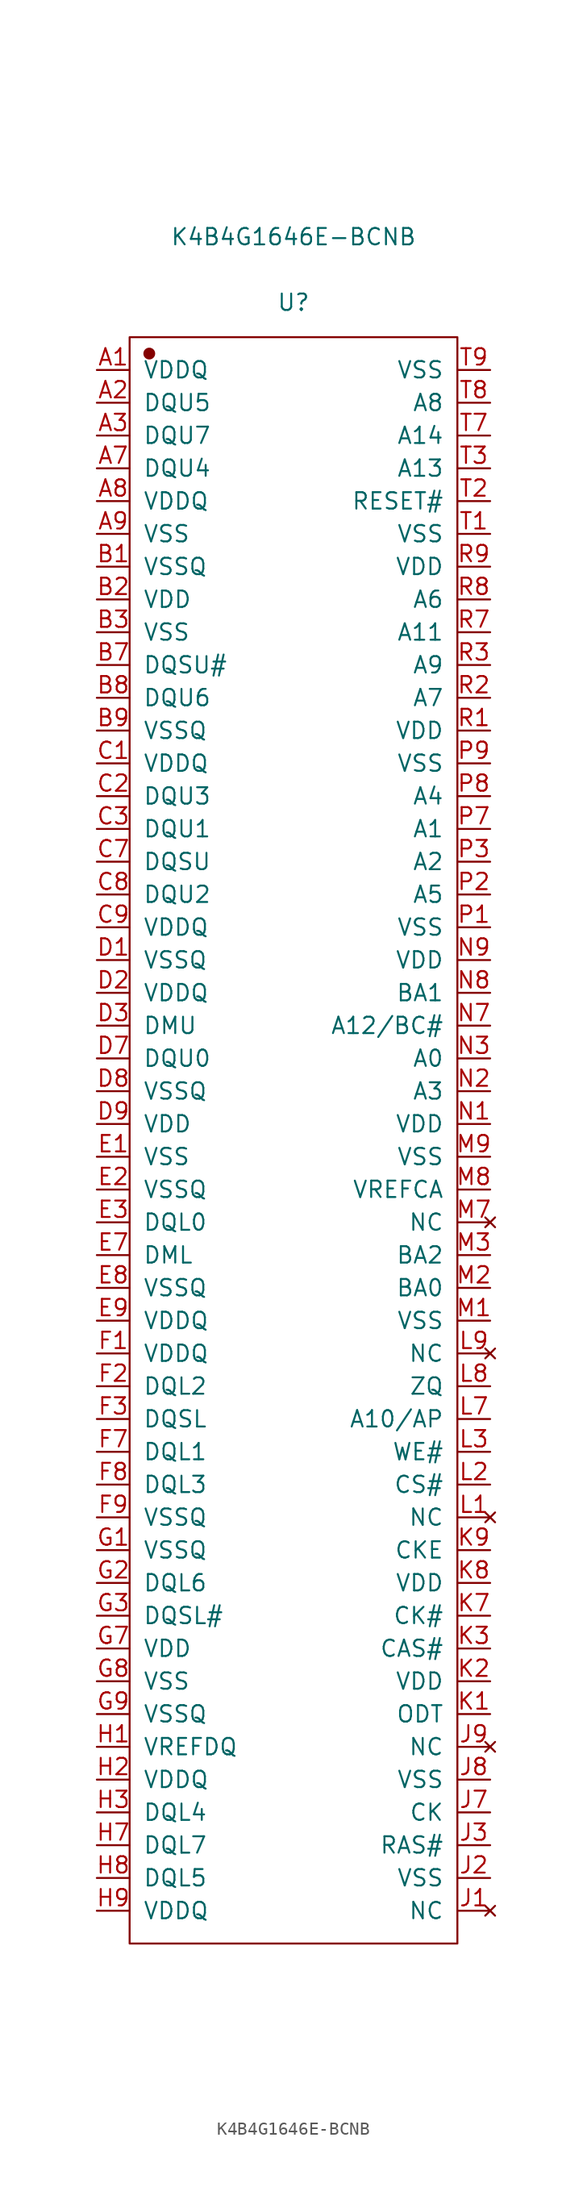
<source format=kicad_sym>
(kicad_symbol_lib
  (version 20231120)
  (generator "kicad_symbol_editor")
  (generator_version "8.0")
  (symbol "K4B4G1646E-BCNB"
    (pin_names
      (offset 1.016))
    (property "Reference" "U"
      (at 0 58.572 0)
      (effects (font (size 1.27 1.27))))
    (property "Value" "K4B4G1646E-BCNB"
      (at 0 63.652 0)
      (effects (font (size 1.27 1.27))))
    (symbol "K4B4G1646E-BCNB_1_1"
      (rectangle (start -12.7 55.88) (end 12.7 -68.58) (stroke (width 0.152) (type solid)) (fill (type none)))
      (circle (center -11.176 54.61) (radius 0.381) (stroke (width 0.152) (type solid)) (fill (type outline)))
      (pin power_in line (at -15.24 53.34 0) (length 2.54) (name "VDDQ" (effects (font (size 1.27 1.27)))) (number "A1" (effects (font (size 1.27 1.27)))))
      (pin bidirectional line (at -15.24 50.8 0) (length 2.54) (name "DQU5" (effects (font (size 1.27 1.27)))) (number "A2" (effects (font (size 1.27 1.27)))))
      (pin bidirectional line (at -15.24 48.26 0) (length 2.54) (name "DQU7" (effects (font (size 1.27 1.27)))) (number "A3" (effects (font (size 1.27 1.27)))))
      (pin bidirectional line (at -15.24 45.72 0) (length 2.54) (name "DQU4" (effects (font (size 1.27 1.27)))) (number "A7" (effects (font (size 1.27 1.27)))))
      (pin power_in line (at -15.24 43.18 0) (length 2.54) (name "VDDQ" (effects (font (size 1.27 1.27)))) (number "A8" (effects (font (size 1.27 1.27)))))
      (pin power_in line (at -15.24 40.64 0) (length 2.54) (name "VSS" (effects (font (size 1.27 1.27)))) (number "A9" (effects (font (size 1.27 1.27)))))
      (pin power_in line (at -15.24 38.1 0) (length 2.54) (name "VSSQ" (effects (font (size 1.27 1.27)))) (number "B1" (effects (font (size 1.27 1.27)))))
      (pin power_in line (at -15.24 35.56 0) (length 2.54) (name "VDD" (effects (font (size 1.27 1.27)))) (number "B2" (effects (font (size 1.27 1.27)))))
      (pin power_in line (at -15.24 33.02 0) (length 2.54) (name "VSS" (effects (font (size 1.27 1.27)))) (number "B3" (effects (font (size 1.27 1.27)))))
      (pin bidirectional line (at -15.24 30.48 0) (length 2.54) (name "DQSU#" (effects (font (size 1.27 1.27)))) (number "B7" (effects (font (size 1.27 1.27)))))
      (pin bidirectional line (at -15.24 27.94 0) (length 2.54) (name "DQU6" (effects (font (size 1.27 1.27)))) (number "B8" (effects (font (size 1.27 1.27)))))
      (pin power_in line (at -15.24 25.4 0) (length 2.54) (name "VSSQ" (effects (font (size 1.27 1.27)))) (number "B9" (effects (font (size 1.27 1.27)))))
      (pin power_in line (at -15.24 22.86 0) (length 2.54) (name "VDDQ" (effects (font (size 1.27 1.27)))) (number "C1" (effects (font (size 1.27 1.27)))))
      (pin bidirectional line (at -15.24 20.32 0) (length 2.54) (name "DQU3" (effects (font (size 1.27 1.27)))) (number "C2" (effects (font (size 1.27 1.27)))))
      (pin bidirectional line (at -15.24 17.78 0) (length 2.54) (name "DQU1" (effects (font (size 1.27 1.27)))) (number "C3" (effects (font (size 1.27 1.27)))))
      (pin bidirectional line (at -15.24 15.24 0) (length 2.54) (name "DQSU" (effects (font (size 1.27 1.27)))) (number "C7" (effects (font (size 1.27 1.27)))))
      (pin bidirectional line (at -15.24 12.7 0) (length 2.54) (name "DQU2" (effects (font (size 1.27 1.27)))) (number "C8" (effects (font (size 1.27 1.27)))))
      (pin power_in line (at -15.24 10.16 0) (length 2.54) (name "VDDQ" (effects (font (size 1.27 1.27)))) (number "C9" (effects (font (size 1.27 1.27)))))
      (pin power_in line (at -15.24 7.62 0) (length 2.54) (name "VSSQ" (effects (font (size 1.27 1.27)))) (number "D1" (effects (font (size 1.27 1.27)))))
      (pin power_in line (at -15.24 5.08 0) (length 2.54) (name "VDDQ" (effects (font (size 1.27 1.27)))) (number "D2" (effects (font (size 1.27 1.27)))))
      (pin input line (at -15.24 2.54 0) (length 2.54) (name "DMU" (effects (font (size 1.27 1.27)))) (number "D3" (effects (font (size 1.27 1.27)))))
      (pin bidirectional line (at -15.24 0 0) (length 2.54) (name "DQU0" (effects (font (size 1.27 1.27)))) (number "D7" (effects (font (size 1.27 1.27)))))
      (pin power_in line (at -15.24 -2.54 0) (length 2.54) (name "VSSQ" (effects (font (size 1.27 1.27)))) (number "D8" (effects (font (size 1.27 1.27)))))
      (pin power_in line (at -15.24 -5.08 0) (length 2.54) (name "VDD" (effects (font (size 1.27 1.27)))) (number "D9" (effects (font (size 1.27 1.27)))))
      (pin power_in line (at -15.24 -7.62 0) (length 2.54) (name "VSS" (effects (font (size 1.27 1.27)))) (number "E1" (effects (font (size 1.27 1.27)))))
      (pin power_in line (at -15.24 -10.16 0) (length 2.54) (name "VSSQ" (effects (font (size 1.27 1.27)))) (number "E2" (effects (font (size 1.27 1.27)))))
      (pin bidirectional line (at -15.24 -12.7 0) (length 2.54) (name "DQL0" (effects (font (size 1.27 1.27)))) (number "E3" (effects (font (size 1.27 1.27)))))
      (pin input line (at -15.24 -15.24 0) (length 2.54) (name "DML" (effects (font (size 1.27 1.27)))) (number "E7" (effects (font (size 1.27 1.27)))))
      (pin power_in line (at -15.24 -17.78 0) (length 2.54) (name "VSSQ" (effects (font (size 1.27 1.27)))) (number "E8" (effects (font (size 1.27 1.27)))))
      (pin power_in line (at -15.24 -20.32 0) (length 2.54) (name "VDDQ" (effects (font (size 1.27 1.27)))) (number "E9" (effects (font (size 1.27 1.27)))))
      (pin power_in line (at -15.24 -22.86 0) (length 2.54) (name "VDDQ" (effects (font (size 1.27 1.27)))) (number "F1" (effects (font (size 1.27 1.27)))))
      (pin bidirectional line (at -15.24 -25.4 0) (length 2.54) (name "DQL2" (effects (font (size 1.27 1.27)))) (number "F2" (effects (font (size 1.27 1.27)))))
      (pin bidirectional line (at -15.24 -27.94 0) (length 2.54) (name "DQSL" (effects (font (size 1.27 1.27)))) (number "F3" (effects (font (size 1.27 1.27)))))
      (pin bidirectional line (at -15.24 -30.48 0) (length 2.54) (name "DQL1" (effects (font (size 1.27 1.27)))) (number "F7" (effects (font (size 1.27 1.27)))))
      (pin bidirectional line (at -15.24 -33.02 0) (length 2.54) (name "DQL3" (effects (font (size 1.27 1.27)))) (number "F8" (effects (font (size 1.27 1.27)))))
      (pin power_in line (at -15.24 -35.56 0) (length 2.54) (name "VSSQ" (effects (font (size 1.27 1.27)))) (number "F9" (effects (font (size 1.27 1.27)))))
      (pin power_in line (at -15.24 -38.1 0) (length 2.54) (name "VSSQ" (effects (font (size 1.27 1.27)))) (number "G1" (effects (font (size 1.27 1.27)))))
      (pin bidirectional line (at -15.24 -40.64 0) (length 2.54) (name "DQL6" (effects (font (size 1.27 1.27)))) (number "G2" (effects (font (size 1.27 1.27)))))
      (pin bidirectional line (at -15.24 -43.18 0) (length 2.54) (name "DQSL#" (effects (font (size 1.27 1.27)))) (number "G3" (effects (font (size 1.27 1.27)))))
      (pin power_in line (at -15.24 -45.72 0) (length 2.54) (name "VDD" (effects (font (size 1.27 1.27)))) (number "G7" (effects (font (size 1.27 1.27)))))
      (pin power_in line (at -15.24 -48.26 0) (length 2.54) (name "VSS" (effects (font (size 1.27 1.27)))) (number "G8" (effects (font (size 1.27 1.27)))))
      (pin power_in line (at -15.24 -50.8 0) (length 2.54) (name "VSSQ" (effects (font (size 1.27 1.27)))) (number "G9" (effects (font (size 1.27 1.27)))))
      (pin power_in line (at -15.24 -53.34 0) (length 2.54) (name "VREFDQ" (effects (font (size 1.27 1.27)))) (number "H1" (effects (font (size 1.27 1.27)))))
      (pin power_in line (at -15.24 -55.88 0) (length 2.54) (name "VDDQ" (effects (font (size 1.27 1.27)))) (number "H2" (effects (font (size 1.27 1.27)))))
      (pin bidirectional line (at -15.24 -58.42 0) (length 2.54) (name "DQL4" (effects (font (size 1.27 1.27)))) (number "H3" (effects (font (size 1.27 1.27)))))
      (pin bidirectional line (at -15.24 -60.96 0) (length 2.54) (name "DQL7" (effects (font (size 1.27 1.27)))) (number "H7" (effects (font (size 1.27 1.27)))))
      (pin bidirectional line (at -15.24 -63.5 0) (length 2.54) (name "DQL5" (effects (font (size 1.27 1.27)))) (number "H8" (effects (font (size 1.27 1.27)))))
      (pin power_in line (at -15.24 -66.04 0) (length 2.54) (name "VDDQ" (effects (font (size 1.27 1.27)))) (number "H9" (effects (font (size 1.27 1.27)))))
      (pin no_connect line (at 15.24 -66.04 180) (length 2.54) (name "NC" (effects (font (size 1.27 1.27)))) (number "J1" (effects (font (size 1.27 1.27)))))
      (pin power_in line (at 15.24 -63.5 180) (length 2.54) (name "VSS" (effects (font (size 1.27 1.27)))) (number "J2" (effects (font (size 1.27 1.27)))))
      (pin input line (at 15.24 -60.96 180) (length 2.54) (name "RAS#" (effects (font (size 1.27 1.27)))) (number "J3" (effects (font (size 1.27 1.27)))))
      (pin input line (at 15.24 -58.42 180) (length 2.54) (name "CK" (effects (font (size 1.27 1.27)))) (number "J7" (effects (font (size 1.27 1.27)))))
      (pin power_in line (at 15.24 -55.88 180) (length 2.54) (name "VSS" (effects (font (size 1.27 1.27)))) (number "J8" (effects (font (size 1.27 1.27)))))
      (pin no_connect line (at 15.24 -53.34 180) (length 2.54) (name "NC" (effects (font (size 1.27 1.27)))) (number "J9" (effects (font (size 1.27 1.27)))))
      (pin input line (at 15.24 -50.8 180) (length 2.54) (name "ODT" (effects (font (size 1.27 1.27)))) (number "K1" (effects (font (size 1.27 1.27)))))
      (pin power_in line (at 15.24 -48.26 180) (length 2.54) (name "VDD" (effects (font (size 1.27 1.27)))) (number "K2" (effects (font (size 1.27 1.27)))))
      (pin input line (at 15.24 -45.72 180) (length 2.54) (name "CAS#" (effects (font (size 1.27 1.27)))) (number "K3" (effects (font (size 1.27 1.27)))))
      (pin input line (at 15.24 -43.18 180) (length 2.54) (name "CK#" (effects (font (size 1.27 1.27)))) (number "K7" (effects (font (size 1.27 1.27)))))
      (pin power_in line (at 15.24 -40.64 180) (length 2.54) (name "VDD" (effects (font (size 1.27 1.27)))) (number "K8" (effects (font (size 1.27 1.27)))))
      (pin input line (at 15.24 -38.1 180) (length 2.54) (name "CKE" (effects (font (size 1.27 1.27)))) (number "K9" (effects (font (size 1.27 1.27)))))
      (pin no_connect line (at 15.24 -35.56 180) (length 2.54) (name "NC" (effects (font (size 1.27 1.27)))) (number "L1" (effects (font (size 1.27 1.27)))))
      (pin input line (at 15.24 -33.02 180) (length 2.54) (name "CS#" (effects (font (size 1.27 1.27)))) (number "L2" (effects (font (size 1.27 1.27)))))
      (pin input line (at 15.24 -30.48 180) (length 2.54) (name "WE#" (effects (font (size 1.27 1.27)))) (number "L3" (effects (font (size 1.27 1.27)))))
      (pin input line (at 15.24 -27.94 180) (length 2.54) (name "A10/AP" (effects (font (size 1.27 1.27)))) (number "L7" (effects (font (size 1.27 1.27)))))
      (pin power_in line (at 15.24 -25.4 180) (length 2.54) (name "ZQ" (effects (font (size 1.27 1.27)))) (number "L8" (effects (font (size 1.27 1.27)))))
      (pin no_connect line (at 15.24 -22.86 180) (length 2.54) (name "NC" (effects (font (size 1.27 1.27)))) (number "L9" (effects (font (size 1.27 1.27)))))
      (pin power_in line (at 15.24 -20.32 180) (length 2.54) (name "VSS" (effects (font (size 1.27 1.27)))) (number "M1" (effects (font (size 1.27 1.27)))))
      (pin input line (at 15.24 -17.78 180) (length 2.54) (name "BA0" (effects (font (size 1.27 1.27)))) (number "M2" (effects (font (size 1.27 1.27)))))
      (pin input line (at 15.24 -15.24 180) (length 2.54) (name "BA2" (effects (font (size 1.27 1.27)))) (number "M3" (effects (font (size 1.27 1.27)))))
      (pin no_connect line (at 15.24 -12.7 180) (length 2.54) (name "NC" (effects (font (size 1.27 1.27)))) (number "M7" (effects (font (size 1.27 1.27)))))
      (pin power_in line (at 15.24 -10.16 180) (length 2.54) (name "VREFCA" (effects (font (size 1.27 1.27)))) (number "M8" (effects (font (size 1.27 1.27)))))
      (pin power_in line (at 15.24 -7.62 180) (length 2.54) (name "VSS" (effects (font (size 1.27 1.27)))) (number "M9" (effects (font (size 1.27 1.27)))))
      (pin power_in line (at 15.24 -5.08 180) (length 2.54) (name "VDD" (effects (font (size 1.27 1.27)))) (number "N1" (effects (font (size 1.27 1.27)))))
      (pin input line (at 15.24 -2.54 180) (length 2.54) (name "A3" (effects (font (size 1.27 1.27)))) (number "N2" (effects (font (size 1.27 1.27)))))
      (pin input line (at 15.24 0 180) (length 2.54) (name "A0" (effects (font (size 1.27 1.27)))) (number "N3" (effects (font (size 1.27 1.27)))))
      (pin input line (at 15.24 2.54 180) (length 2.54) (name "A12/BC#" (effects (font (size 1.27 1.27)))) (number "N7" (effects (font (size 1.27 1.27)))))
      (pin input line (at 15.24 5.08 180) (length 2.54) (name "BA1" (effects (font (size 1.27 1.27)))) (number "N8" (effects (font (size 1.27 1.27)))))
      (pin power_in line (at 15.24 7.62 180) (length 2.54) (name "VDD" (effects (font (size 1.27 1.27)))) (number "N9" (effects (font (size 1.27 1.27)))))
      (pin power_in line (at 15.24 10.16 180) (length 2.54) (name "VSS" (effects (font (size 1.27 1.27)))) (number "P1" (effects (font (size 1.27 1.27)))))
      (pin input line (at 15.24 12.7 180) (length 2.54) (name "A5" (effects (font (size 1.27 1.27)))) (number "P2" (effects (font (size 1.27 1.27)))))
      (pin input line (at 15.24 15.24 180) (length 2.54) (name "A2" (effects (font (size 1.27 1.27)))) (number "P3" (effects (font (size 1.27 1.27)))))
      (pin input line (at 15.24 17.78 180) (length 2.54) (name "A1" (effects (font (size 1.27 1.27)))) (number "P7" (effects (font (size 1.27 1.27)))))
      (pin input line (at 15.24 20.32 180) (length 2.54) (name "A4" (effects (font (size 1.27 1.27)))) (number "P8" (effects (font (size 1.27 1.27)))))
      (pin power_in line (at 15.24 22.86 180) (length 2.54) (name "VSS" (effects (font (size 1.27 1.27)))) (number "P9" (effects (font (size 1.27 1.27)))))
      (pin power_in line (at 15.24 25.4 180) (length 2.54) (name "VDD" (effects (font (size 1.27 1.27)))) (number "R1" (effects (font (size 1.27 1.27)))))
      (pin input line (at 15.24 27.94 180) (length 2.54) (name "A7" (effects (font (size 1.27 1.27)))) (number "R2" (effects (font (size 1.27 1.27)))))
      (pin input line (at 15.24 30.48 180) (length 2.54) (name "A9" (effects (font (size 1.27 1.27)))) (number "R3" (effects (font (size 1.27 1.27)))))
      (pin input line (at 15.24 33.02 180) (length 2.54) (name "A11" (effects (font (size 1.27 1.27)))) (number "R7" (effects (font (size 1.27 1.27)))))
      (pin input line (at 15.24 35.56 180) (length 2.54) (name "A6" (effects (font (size 1.27 1.27)))) (number "R8" (effects (font (size 1.27 1.27)))))
      (pin power_in line (at 15.24 38.1 180) (length 2.54) (name "VDD" (effects (font (size 1.27 1.27)))) (number "R9" (effects (font (size 1.27 1.27)))))
      (pin power_in line (at 15.24 40.64 180) (length 2.54) (name "VSS" (effects (font (size 1.27 1.27)))) (number "T1" (effects (font (size 1.27 1.27)))))
      (pin input line (at 15.24 43.18 180) (length 2.54) (name "RESET#" (effects (font (size 1.27 1.27)))) (number "T2" (effects (font (size 1.27 1.27)))))
      (pin input line (at 15.24 45.72 180) (length 2.54) (name "A13" (effects (font (size 1.27 1.27)))) (number "T3" (effects (font (size 1.27 1.27)))))
      (pin input line (at 15.24 48.26 180) (length 2.54) (name "A14" (effects (font (size 1.27 1.27)))) (number "T7" (effects (font (size 1.27 1.27)))))
      (pin input line (at 15.24 50.8 180) (length 2.54) (name "A8" (effects (font (size 1.27 1.27)))) (number "T8" (effects (font (size 1.27 1.27)))))
      (pin power_in line (at 15.24 53.34 180) (length 2.54) (name "VSS" (effects (font (size 1.27 1.27)))) (number "T9" (effects (font (size 1.27 1.27))))))))
</source>
